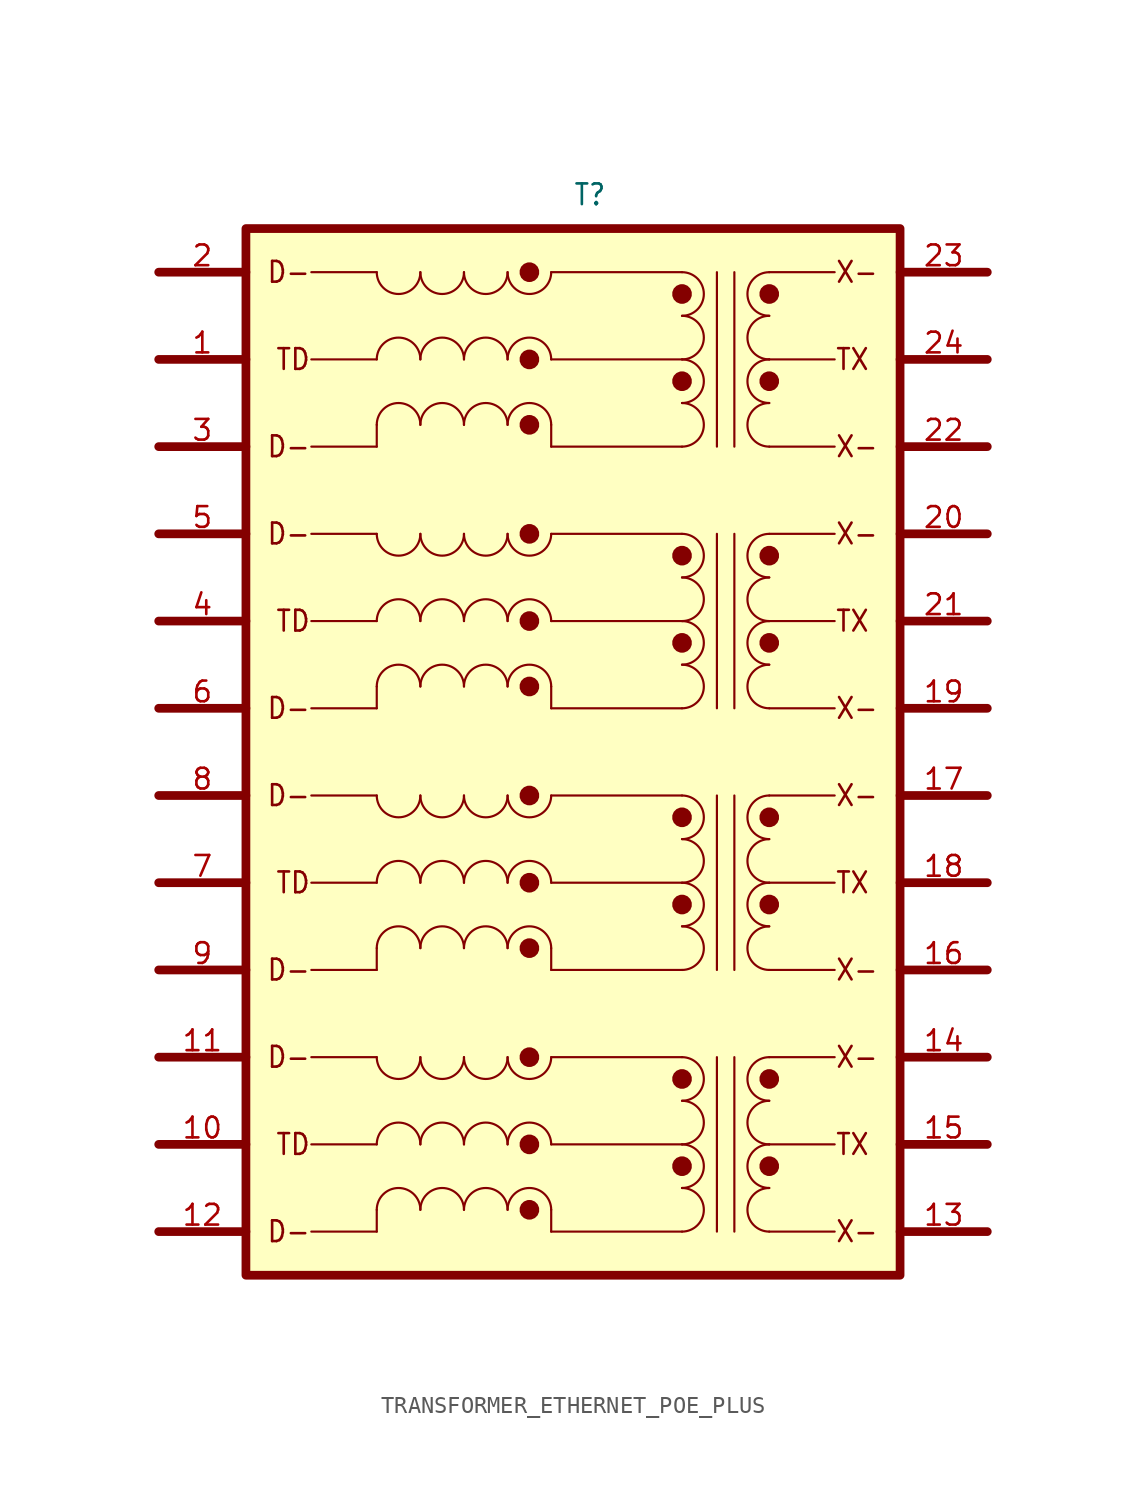
<source format=kicad_sym>
(kicad_symbol_lib
  (version 20231120)
  (generator "kicad_symbol_editor")
  (generator_version "8.0")
  (symbol "TRANSFORMER_ETHERNET_POE_PLUS"
    (property "Reference" "T"
      (at 24.13 59.69 0)
      (effects (font (size 1.206 1.092) (thickness 0.152)) (justify left bottom)))
    (symbol "TRANSFORMER_ETHERNET_POE_PLUS_1_0"
      (polyline (pts (xy 5.08 0) (xy 0 0)) (stroke (width 0.508) (type solid)) (fill (type none)))
      (polyline (pts (xy 5.08 5.08) (xy 0 5.08)) (stroke (width 0.508) (type solid)) (fill (type none)))
      (polyline (pts (xy 5.08 10.16) (xy 0 10.16)) (stroke (width 0.508) (type solid)) (fill (type none)))
      (polyline (pts (xy 5.08 15.24) (xy 0 15.24)) (stroke (width 0.508) (type solid)) (fill (type none)))
      (polyline (pts (xy 5.08 20.32) (xy 0 20.32)) (stroke (width 0.508) (type solid)) (fill (type none)))
      (polyline (pts (xy 5.08 25.4) (xy 0 25.4)) (stroke (width 0.508) (type solid)) (fill (type none)))
      (polyline (pts (xy 5.08 30.48) (xy 0 30.48)) (stroke (width 0.508) (type solid)) (fill (type none)))
      (polyline (pts (xy 5.08 35.56) (xy 0 35.56)) (stroke (width 0.508) (type solid)) (fill (type none)))
      (polyline (pts (xy 5.08 40.64) (xy 0 40.64)) (stroke (width 0.508) (type solid)) (fill (type none)))
      (polyline (pts (xy 5.08 45.72) (xy 0 45.72)) (stroke (width 0.508) (type solid)) (fill (type none)))
      (polyline (pts (xy 5.08 50.8) (xy 0 50.8)) (stroke (width 0.508) (type solid)) (fill (type none)))
      (polyline (pts (xy 5.08 55.88) (xy 0 55.88)) (stroke (width 0.508) (type solid)) (fill (type none)))
      (polyline (pts (xy 12.7 0) (xy 8.89 0)) (stroke (width 0.127) (type solid)) (fill (type none)))
      (polyline (pts (xy 12.7 1.27) (xy 12.7 0)) (stroke (width 0.127) (type solid)) (fill (type none)))
      (polyline (pts (xy 12.7 5.08) (xy 8.89 5.08)) (stroke (width 0.127) (type solid)) (fill (type none)))
      (polyline (pts (xy 12.7 10.16) (xy 8.89 10.16)) (stroke (width 0.127) (type solid)) (fill (type none)))
      (polyline (pts (xy 12.7 15.24) (xy 8.89 15.24)) (stroke (width 0.127) (type solid)) (fill (type none)))
      (polyline (pts (xy 12.7 16.51) (xy 12.7 15.24)) (stroke (width 0.127) (type solid)) (fill (type none)))
      (polyline (pts (xy 12.7 20.32) (xy 8.89 20.32)) (stroke (width 0.127) (type solid)) (fill (type none)))
      (polyline (pts (xy 12.7 25.4) (xy 8.89 25.4)) (stroke (width 0.127) (type solid)) (fill (type none)))
      (polyline (pts (xy 12.7 30.48) (xy 8.89 30.48)) (stroke (width 0.127) (type solid)) (fill (type none)))
      (polyline (pts (xy 12.7 31.75) (xy 12.7 30.48)) (stroke (width 0.127) (type solid)) (fill (type none)))
      (polyline (pts (xy 12.7 35.56) (xy 8.89 35.56)) (stroke (width 0.127) (type solid)) (fill (type none)))
      (polyline (pts (xy 12.7 40.64) (xy 8.89 40.64)) (stroke (width 0.127) (type solid)) (fill (type none)))
      (polyline (pts (xy 12.7 45.72) (xy 8.89 45.72)) (stroke (width 0.127) (type solid)) (fill (type none)))
      (polyline (pts (xy 12.7 46.99) (xy 12.7 45.72)) (stroke (width 0.127) (type solid)) (fill (type none)))
      (polyline (pts (xy 12.7 50.8) (xy 8.89 50.8)) (stroke (width 0.127) (type solid)) (fill (type none)))
      (polyline (pts (xy 12.7 55.88) (xy 8.89 55.88)) (stroke (width 0.127) (type solid)) (fill (type none)))
      (polyline (pts (xy 22.86 0) (xy 22.86 1.27)) (stroke (width 0.127) (type solid)) (fill (type none)))
      (polyline (pts (xy 22.86 15.24) (xy 22.86 16.51)) (stroke (width 0.127) (type solid)) (fill (type none)))
      (polyline (pts (xy 22.86 30.48) (xy 22.86 31.75)) (stroke (width 0.127) (type solid)) (fill (type none)))
      (polyline (pts (xy 22.86 45.72) (xy 22.86 46.99)) (stroke (width 0.127) (type solid)) (fill (type none)))
      (polyline (pts (xy 30.48 0) (xy 22.86 0)) (stroke (width 0.127) (type solid)) (fill (type none)))
      (polyline (pts (xy 30.48 5.08) (xy 22.86 5.08)) (stroke (width 0.127) (type solid)) (fill (type none)))
      (polyline (pts (xy 30.48 10.16) (xy 22.86 10.16)) (stroke (width 0.127) (type solid)) (fill (type none)))
      (polyline (pts (xy 30.48 15.24) (xy 22.86 15.24)) (stroke (width 0.127) (type solid)) (fill (type none)))
      (polyline (pts (xy 30.48 20.32) (xy 22.86 20.32)) (stroke (width 0.127) (type solid)) (fill (type none)))
      (polyline (pts (xy 30.48 25.4) (xy 22.86 25.4)) (stroke (width 0.127) (type solid)) (fill (type none)))
      (polyline (pts (xy 30.48 30.48) (xy 22.86 30.48)) (stroke (width 0.127) (type solid)) (fill (type none)))
      (polyline (pts (xy 30.48 35.56) (xy 22.86 35.56)) (stroke (width 0.127) (type solid)) (fill (type none)))
      (polyline (pts (xy 30.48 40.64) (xy 22.86 40.64)) (stroke (width 0.127) (type solid)) (fill (type none)))
      (polyline (pts (xy 30.48 45.72) (xy 22.86 45.72)) (stroke (width 0.127) (type solid)) (fill (type none)))
      (polyline (pts (xy 30.48 50.8) (xy 22.86 50.8)) (stroke (width 0.127) (type solid)) (fill (type none)))
      (polyline (pts (xy 30.48 55.88) (xy 22.86 55.88)) (stroke (width 0.127) (type solid)) (fill (type none)))
      (polyline (pts (xy 32.512 10.16) (xy 32.512 0)) (stroke (width 0.127) (type solid)) (fill (type none)))
      (polyline (pts (xy 32.512 25.4) (xy 32.512 15.24)) (stroke (width 0.127) (type solid)) (fill (type none)))
      (polyline (pts (xy 32.512 40.64) (xy 32.512 30.48)) (stroke (width 0.127) (type solid)) (fill (type none)))
      (polyline (pts (xy 32.512 55.88) (xy 32.512 45.72)) (stroke (width 0.127) (type solid)) (fill (type none)))
      (polyline (pts (xy 33.528 10.16) (xy 33.528 0)) (stroke (width 0.127) (type solid)) (fill (type none)))
      (polyline (pts (xy 33.528 25.4) (xy 33.528 15.24)) (stroke (width 0.127) (type solid)) (fill (type none)))
      (polyline (pts (xy 33.528 40.64) (xy 33.528 30.48)) (stroke (width 0.127) (type solid)) (fill (type none)))
      (polyline (pts (xy 33.528 55.88) (xy 33.528 45.72)) (stroke (width 0.127) (type solid)) (fill (type none)))
      (polyline (pts (xy 35.56 0) (xy 39.37 0)) (stroke (width 0.127) (type solid)) (fill (type none)))
      (polyline (pts (xy 35.56 5.08) (xy 39.37 5.08)) (stroke (width 0.127) (type solid)) (fill (type none)))
      (polyline (pts (xy 35.56 10.16) (xy 39.37 10.16)) (stroke (width 0.127) (type solid)) (fill (type none)))
      (polyline (pts (xy 35.56 15.24) (xy 39.37 15.24)) (stroke (width 0.127) (type solid)) (fill (type none)))
      (polyline (pts (xy 35.56 20.32) (xy 39.37 20.32)) (stroke (width 0.127) (type solid)) (fill (type none)))
      (polyline (pts (xy 35.56 25.4) (xy 39.37 25.4)) (stroke (width 0.127) (type solid)) (fill (type none)))
      (polyline (pts (xy 35.56 30.48) (xy 39.37 30.48)) (stroke (width 0.127) (type solid)) (fill (type none)))
      (polyline (pts (xy 35.56 35.56) (xy 39.37 35.56)) (stroke (width 0.127) (type solid)) (fill (type none)))
      (polyline (pts (xy 35.56 40.64) (xy 39.37 40.64)) (stroke (width 0.127) (type solid)) (fill (type none)))
      (polyline (pts (xy 35.56 45.72) (xy 39.37 45.72)) (stroke (width 0.127) (type solid)) (fill (type none)))
      (polyline (pts (xy 35.56 50.8) (xy 39.37 50.8)) (stroke (width 0.127) (type solid)) (fill (type none)))
      (polyline (pts (xy 35.56 55.88) (xy 39.37 55.88)) (stroke (width 0.127) (type solid)) (fill (type none)))
      (polyline (pts (xy 48.26 0) (xy 43.18 0)) (stroke (width 0.508) (type solid)) (fill (type none)))
      (polyline (pts (xy 48.26 5.08) (xy 43.18 5.08)) (stroke (width 0.508) (type solid)) (fill (type none)))
      (polyline (pts (xy 48.26 10.16) (xy 43.18 10.16)) (stroke (width 0.508) (type solid)) (fill (type none)))
      (polyline (pts (xy 48.26 15.24) (xy 43.18 15.24)) (stroke (width 0.508) (type solid)) (fill (type none)))
      (polyline (pts (xy 48.26 20.32) (xy 43.18 20.32)) (stroke (width 0.508) (type solid)) (fill (type none)))
      (polyline (pts (xy 48.26 25.4) (xy 43.18 25.4)) (stroke (width 0.508) (type solid)) (fill (type none)))
      (polyline (pts (xy 48.26 30.48) (xy 43.18 30.48)) (stroke (width 0.508) (type solid)) (fill (type none)))
      (polyline (pts (xy 48.26 35.56) (xy 43.18 35.56)) (stroke (width 0.508) (type solid)) (fill (type none)))
      (polyline (pts (xy 48.26 40.64) (xy 43.18 40.64)) (stroke (width 0.508) (type solid)) (fill (type none)))
      (polyline (pts (xy 48.26 45.72) (xy 43.18 45.72)) (stroke (width 0.508) (type solid)) (fill (type none)))
      (polyline (pts (xy 48.26 50.8) (xy 43.18 50.8)) (stroke (width 0.508) (type solid)) (fill (type none)))
      (polyline (pts (xy 48.26 55.88) (xy 43.18 55.88)) (stroke (width 0.508) (type solid)) (fill (type none)))
      (polyline (pts (xy 43.18 -2.54) (xy 5.08 -2.54) (xy 5.08 58.42) (xy 43.18 58.42) (xy 43.18 -2.54)) (stroke (width 0.508) (type solid)) (fill (type background)))
      (polyline (pts (xy 21.59 0.762) (xy 21.69 0.767) (xy 21.875 0.844) (xy 22.017 0.985) (xy 22.093 1.17) (xy 22.093 1.37) (xy 22.017 1.555) (xy 21.875 1.696) (xy 21.69 1.773) (xy 21.59 1.778) (xy 21.49 1.773) (xy 21.305 1.696) (xy 21.163 1.555) (xy 21.087 1.37) (xy 21.087 1.17) (xy 21.163 0.985) (xy 21.305 0.844) (xy 21.49 0.767) (xy 21.59 0.762)) (stroke (width 0.127) (type solid)) (fill (type outline)))
      (polyline (pts (xy 21.59 4.572) (xy 21.69 4.577) (xy 21.875 4.654) (xy 22.017 4.795) (xy 22.093 4.98) (xy 22.093 5.18) (xy 22.017 5.365) (xy 21.875 5.506) (xy 21.69 5.583) (xy 21.59 5.588) (xy 21.49 5.583) (xy 21.305 5.506) (xy 21.163 5.365) (xy 21.087 5.18) (xy 21.087 4.98) (xy 21.163 4.795) (xy 21.305 4.654) (xy 21.49 4.577) (xy 21.59 4.572)) (stroke (width 0.127) (type solid)) (fill (type outline)))
      (polyline (pts (xy 21.59 9.652) (xy 21.69 9.657) (xy 21.875 9.733) (xy 22.017 9.875) (xy 22.093 10.06) (xy 22.093 10.26) (xy 22.017 10.445) (xy 21.875 10.586) (xy 21.69 10.663) (xy 21.59 10.668) (xy 21.49 10.663) (xy 21.305 10.586) (xy 21.163 10.445) (xy 21.087 10.26) (xy 21.087 10.06) (xy 21.163 9.875) (xy 21.305 9.733) (xy 21.49 9.657) (xy 21.59 9.652)) (stroke (width 0.127) (type solid)) (fill (type outline)))
      (polyline (pts (xy 21.59 16.002) (xy 21.69 16.007) (xy 21.875 16.084) (xy 22.017 16.225) (xy 22.093 16.41) (xy 22.093 16.61) (xy 22.017 16.795) (xy 21.875 16.936) (xy 21.69 17.013) (xy 21.59 17.018) (xy 21.49 17.013) (xy 21.305 16.936) (xy 21.163 16.795) (xy 21.087 16.61) (xy 21.087 16.41) (xy 21.163 16.225) (xy 21.305 16.084) (xy 21.49 16.007) (xy 21.59 16.002)) (stroke (width 0.127) (type solid)) (fill (type outline)))
      (polyline (pts (xy 21.59 19.812) (xy 21.69 19.817) (xy 21.875 19.893) (xy 22.017 20.035) (xy 22.093 20.22) (xy 22.093 20.42) (xy 22.017 20.605) (xy 21.875 20.747) (xy 21.69 20.823) (xy 21.59 20.828) (xy 21.49 20.823) (xy 21.305 20.747) (xy 21.163 20.605) (xy 21.087 20.42) (xy 21.087 20.22) (xy 21.163 20.035) (xy 21.305 19.893) (xy 21.49 19.817) (xy 21.59 19.812)) (stroke (width 0.127) (type solid)) (fill (type outline)))
      (polyline (pts (xy 21.59 24.892) (xy 21.69 24.897) (xy 21.875 24.974) (xy 22.017 25.115) (xy 22.093 25.3) (xy 22.093 25.5) (xy 22.017 25.685) (xy 21.875 25.826) (xy 21.69 25.903) (xy 21.59 25.908) (xy 21.49 25.903) (xy 21.305 25.826) (xy 21.163 25.685) (xy 21.087 25.5) (xy 21.087 25.3) (xy 21.163 25.115) (xy 21.305 24.974) (xy 21.49 24.897) (xy 21.59 24.892)) (stroke (width 0.127) (type solid)) (fill (type outline)))
      (polyline (pts (xy 21.59 31.242) (xy 21.69 31.247) (xy 21.875 31.323) (xy 22.017 31.465) (xy 22.093 31.65) (xy 22.093 31.85) (xy 22.017 32.035) (xy 21.875 32.176) (xy 21.69 32.253) (xy 21.59 32.258) (xy 21.49 32.253) (xy 21.305 32.176) (xy 21.163 32.035) (xy 21.087 31.85) (xy 21.087 31.65) (xy 21.163 31.465) (xy 21.305 31.323) (xy 21.49 31.247) (xy 21.59 31.242)) (stroke (width 0.127) (type solid)) (fill (type outline)))
      (polyline (pts (xy 21.59 35.052) (xy 21.69 35.057) (xy 21.875 35.133) (xy 22.017 35.275) (xy 22.093 35.46) (xy 22.093 35.66) (xy 22.017 35.845) (xy 21.875 35.986) (xy 21.69 36.063) (xy 21.59 36.068) (xy 21.49 36.063) (xy 21.305 35.986) (xy 21.163 35.845) (xy 21.087 35.66) (xy 21.087 35.46) (xy 21.163 35.275) (xy 21.305 35.133) (xy 21.49 35.057) (xy 21.59 35.052)) (stroke (width 0.127) (type solid)) (fill (type outline)))
      (polyline (pts (xy 21.59 40.132) (xy 21.69 40.137) (xy 21.875 40.214) (xy 22.017 40.355) (xy 22.093 40.54) (xy 22.093 40.74) (xy 22.017 40.925) (xy 21.875 41.066) (xy 21.69 41.143) (xy 21.59 41.148) (xy 21.49 41.143) (xy 21.305 41.066) (xy 21.163 40.925) (xy 21.087 40.74) (xy 21.087 40.54) (xy 21.163 40.355) (xy 21.305 40.214) (xy 21.49 40.137) (xy 21.59 40.132)) (stroke (width 0.127) (type solid)) (fill (type outline)))
      (polyline (pts (xy 21.59 46.482) (xy 21.69 46.487) (xy 21.875 46.563) (xy 22.017 46.705) (xy 22.093 46.89) (xy 22.093 47.09) (xy 22.017 47.275) (xy 21.875 47.416) (xy 21.69 47.493) (xy 21.59 47.498) (xy 21.49 47.493) (xy 21.305 47.416) (xy 21.163 47.275) (xy 21.087 47.09) (xy 21.087 46.89) (xy 21.163 46.705) (xy 21.305 46.563) (xy 21.49 46.487) (xy 21.59 46.482)) (stroke (width 0.127) (type solid)) (fill (type outline)))
      (polyline (pts (xy 21.59 50.292) (xy 21.69 50.297) (xy 21.875 50.373) (xy 22.017 50.515) (xy 22.093 50.7) (xy 22.093 50.9) (xy 22.017 51.085) (xy 21.875 51.227) (xy 21.69 51.303) (xy 21.59 51.308) (xy 21.49 51.303) (xy 21.305 51.227) (xy 21.163 51.085) (xy 21.087 50.9) (xy 21.087 50.7) (xy 21.163 50.515) (xy 21.305 50.373) (xy 21.49 50.297) (xy 21.59 50.292)) (stroke (width 0.127) (type solid)) (fill (type outline)))
      (polyline (pts (xy 21.59 55.372) (xy 21.69 55.377) (xy 21.875 55.453) (xy 22.017 55.595) (xy 22.093 55.78) (xy 22.093 55.98) (xy 22.017 56.165) (xy 21.875 56.306) (xy 21.69 56.383) (xy 21.59 56.388) (xy 21.49 56.383) (xy 21.305 56.306) (xy 21.163 56.165) (xy 21.087 55.98) (xy 21.087 55.78) (xy 21.163 55.595) (xy 21.305 55.453) (xy 21.49 55.377) (xy 21.59 55.372)) (stroke (width 0.127) (type solid)) (fill (type outline)))
      (polyline (pts (xy 30.48 3.302) (xy 30.58 3.307) (xy 30.765 3.384) (xy 30.907 3.525) (xy 30.983 3.71) (xy 30.983 3.91) (xy 30.907 4.095) (xy 30.765 4.237) (xy 30.58 4.313) (xy 30.48 4.318) (xy 30.38 4.313) (xy 30.195 4.237) (xy 30.053 4.095) (xy 29.977 3.91) (xy 29.977 3.71) (xy 30.053 3.525) (xy 30.195 3.384) (xy 30.38 3.307) (xy 30.48 3.302)) (stroke (width 0.127) (type solid)) (fill (type outline)))
      (polyline (pts (xy 30.48 8.382) (xy 30.58 8.387) (xy 30.765 8.463) (xy 30.907 8.605) (xy 30.983 8.79) (xy 30.983 8.99) (xy 30.907 9.175) (xy 30.765 9.316) (xy 30.58 9.393) (xy 30.48 9.398) (xy 30.38 9.393) (xy 30.195 9.316) (xy 30.053 9.175) (xy 29.977 8.99) (xy 29.977 8.79) (xy 30.053 8.605) (xy 30.195 8.463) (xy 30.38 8.387) (xy 30.48 8.382)) (stroke (width 0.127) (type solid)) (fill (type outline)))
      (polyline (pts (xy 30.48 18.542) (xy 30.58 18.547) (xy 30.765 18.623) (xy 30.907 18.765) (xy 30.983 18.95) (xy 30.983 19.15) (xy 30.907 19.335) (xy 30.765 19.477) (xy 30.58 19.553) (xy 30.48 19.558) (xy 30.38 19.553) (xy 30.195 19.477) (xy 30.053 19.335) (xy 29.977 19.15) (xy 29.977 18.95) (xy 30.053 18.765) (xy 30.195 18.623) (xy 30.38 18.547) (xy 30.48 18.542)) (stroke (width 0.127) (type solid)) (fill (type outline)))
      (polyline (pts (xy 30.48 23.622) (xy 30.58 23.627) (xy 30.765 23.703) (xy 30.907 23.845) (xy 30.983 24.03) (xy 30.983 24.23) (xy 30.907 24.415) (xy 30.765 24.556) (xy 30.58 24.633) (xy 30.48 24.638) (xy 30.38 24.633) (xy 30.195 24.556) (xy 30.053 24.415) (xy 29.977 24.23) (xy 29.977 24.03) (xy 30.053 23.845) (xy 30.195 23.703) (xy 30.38 23.627) (xy 30.48 23.622)) (stroke (width 0.127) (type solid)) (fill (type outline)))
      (polyline (pts (xy 30.48 33.782) (xy 30.58 33.787) (xy 30.765 33.864) (xy 30.907 34.005) (xy 30.983 34.19) (xy 30.983 34.39) (xy 30.907 34.575) (xy 30.765 34.717) (xy 30.58 34.793) (xy 30.48 34.798) (xy 30.38 34.793) (xy 30.195 34.717) (xy 30.053 34.575) (xy 29.977 34.39) (xy 29.977 34.19) (xy 30.053 34.005) (xy 30.195 33.864) (xy 30.38 33.787) (xy 30.48 33.782)) (stroke (width 0.127) (type solid)) (fill (type outline)))
      (polyline (pts (xy 30.48 38.862) (xy 30.58 38.867) (xy 30.765 38.944) (xy 30.907 39.085) (xy 30.983 39.27) (xy 30.983 39.47) (xy 30.907 39.655) (xy 30.765 39.797) (xy 30.58 39.873) (xy 30.48 39.878) (xy 30.38 39.873) (xy 30.195 39.797) (xy 30.053 39.655) (xy 29.977 39.47) (xy 29.977 39.27) (xy 30.053 39.085) (xy 30.195 38.944) (xy 30.38 38.867) (xy 30.48 38.862)) (stroke (width 0.127) (type solid)) (fill (type outline)))
      (polyline (pts (xy 30.48 49.022) (xy 30.58 49.027) (xy 30.765 49.103) (xy 30.907 49.245) (xy 30.983 49.43) (xy 30.983 49.63) (xy 30.907 49.815) (xy 30.765 49.956) (xy 30.58 50.033) (xy 30.48 50.038) (xy 30.38 50.033) (xy 30.195 49.956) (xy 30.053 49.815) (xy 29.977 49.63) (xy 29.977 49.43) (xy 30.053 49.245) (xy 30.195 49.103) (xy 30.38 49.027) (xy 30.48 49.022)) (stroke (width 0.127) (type solid)) (fill (type outline)))
      (polyline (pts (xy 30.48 54.102) (xy 30.58 54.107) (xy 30.765 54.184) (xy 30.907 54.325) (xy 30.983 54.51) (xy 30.983 54.71) (xy 30.907 54.895) (xy 30.765 55.036) (xy 30.58 55.113) (xy 30.48 55.118) (xy 30.38 55.113) (xy 30.195 55.036) (xy 30.053 54.895) (xy 29.977 54.71) (xy 29.977 54.51) (xy 30.053 54.325) (xy 30.195 54.184) (xy 30.38 54.107) (xy 30.48 54.102)) (stroke (width 0.127) (type solid)) (fill (type outline)))
      (polyline (pts (xy 35.56 3.302) (xy 35.66 3.307) (xy 35.845 3.384) (xy 35.986 3.525) (xy 36.063 3.71) (xy 36.063 3.91) (xy 35.986 4.095) (xy 35.845 4.237) (xy 35.66 4.313) (xy 35.56 4.318) (xy 35.46 4.313) (xy 35.275 4.237) (xy 35.133 4.095) (xy 35.057 3.91) (xy 35.057 3.71) (xy 35.133 3.525) (xy 35.275 3.384) (xy 35.46 3.307) (xy 35.56 3.302)) (stroke (width 0.127) (type solid)) (fill (type outline)))
      (polyline (pts (xy 35.56 8.382) (xy 35.66 8.387) (xy 35.845 8.463) (xy 35.986 8.605) (xy 36.063 8.79) (xy 36.063 8.99) (xy 35.986 9.175) (xy 35.845 9.316) (xy 35.66 9.393) (xy 35.56 9.398) (xy 35.46 9.393) (xy 35.275 9.316) (xy 35.133 9.175) (xy 35.057 8.99) (xy 35.057 8.79) (xy 35.133 8.605) (xy 35.275 8.463) (xy 35.46 8.387) (xy 35.56 8.382)) (stroke (width 0.127) (type solid)) (fill (type outline)))
      (polyline (pts (xy 35.56 18.542) (xy 35.66 18.547) (xy 35.845 18.623) (xy 35.986 18.765) (xy 36.063 18.95) (xy 36.063 19.15) (xy 35.986 19.335) (xy 35.845 19.477) (xy 35.66 19.553) (xy 35.56 19.558) (xy 35.46 19.553) (xy 35.275 19.477) (xy 35.133 19.335) (xy 35.057 19.15) (xy 35.057 18.95) (xy 35.133 18.765) (xy 35.275 18.623) (xy 35.46 18.547) (xy 35.56 18.542)) (stroke (width 0.127) (type solid)) (fill (type outline)))
      (polyline (pts (xy 35.56 23.622) (xy 35.66 23.627) (xy 35.845 23.703) (xy 35.986 23.845) (xy 36.063 24.03) (xy 36.063 24.23) (xy 35.986 24.415) (xy 35.845 24.556) (xy 35.66 24.633) (xy 35.56 24.638) (xy 35.46 24.633) (xy 35.275 24.556) (xy 35.133 24.415) (xy 35.057 24.23) (xy 35.057 24.03) (xy 35.133 23.845) (xy 35.275 23.703) (xy 35.46 23.627) (xy 35.56 23.622)) (stroke (width 0.127) (type solid)) (fill (type outline)))
      (polyline (pts (xy 35.56 33.782) (xy 35.66 33.787) (xy 35.845 33.864) (xy 35.986 34.005) (xy 36.063 34.19) (xy 36.063 34.39) (xy 35.986 34.575) (xy 35.845 34.717) (xy 35.66 34.793) (xy 35.56 34.798) (xy 35.46 34.793) (xy 35.275 34.717) (xy 35.133 34.575) (xy 35.057 34.39) (xy 35.057 34.19) (xy 35.133 34.005) (xy 35.275 33.864) (xy 35.46 33.787) (xy 35.56 33.782)) (stroke (width 0.127) (type solid)) (fill (type outline)))
      (polyline (pts (xy 35.56 38.862) (xy 35.66 38.867) (xy 35.845 38.944) (xy 35.986 39.085) (xy 36.063 39.27) (xy 36.063 39.47) (xy 35.986 39.655) (xy 35.845 39.797) (xy 35.66 39.873) (xy 35.56 39.878) (xy 35.46 39.873) (xy 35.275 39.797) (xy 35.133 39.655) (xy 35.057 39.47) (xy 35.057 39.27) (xy 35.133 39.085) (xy 35.275 38.944) (xy 35.46 38.867) (xy 35.56 38.862)) (stroke (width 0.127) (type solid)) (fill (type outline)))
      (polyline (pts (xy 35.56 49.022) (xy 35.66 49.027) (xy 35.845 49.103) (xy 35.986 49.245) (xy 36.063 49.43) (xy 36.063 49.63) (xy 35.986 49.815) (xy 35.845 49.956) (xy 35.66 50.033) (xy 35.56 50.038) (xy 35.46 50.033) (xy 35.275 49.956) (xy 35.133 49.815) (xy 35.057 49.63) (xy 35.057 49.43) (xy 35.133 49.245) (xy 35.275 49.103) (xy 35.46 49.027) (xy 35.56 49.022)) (stroke (width 0.127) (type solid)) (fill (type outline)))
      (polyline (pts (xy 35.56 54.102) (xy 35.66 54.107) (xy 35.845 54.184) (xy 35.986 54.325) (xy 36.063 54.51) (xy 36.063 54.71) (xy 35.986 54.895) (xy 35.845 55.036) (xy 35.66 55.113) (xy 35.56 55.118) (xy 35.46 55.113) (xy 35.275 55.036) (xy 35.133 54.895) (xy 35.057 54.71) (xy 35.057 54.51) (xy 35.133 54.325) (xy 35.275 54.184) (xy 35.46 54.107) (xy 35.56 54.102)) (stroke (width 0.127) (type solid)) (fill (type outline)))
      (arc (start 12.7 10.16) (mid 13.97 8.8955) (end 15.24 10.16) (stroke (width 0.127) (type solid)) (fill (type none)))
      (arc (start 12.7 25.4) (mid 13.97 24.1355) (end 15.24 25.4) (stroke (width 0.127) (type solid)) (fill (type none)))
      (arc (start 12.7 40.64) (mid 13.97 39.3755) (end 15.24 40.64) (stroke (width 0.127) (type solid)) (fill (type none)))
      (arc (start 12.7 55.88) (mid 13.97 54.6155) (end 15.24 55.88) (stroke (width 0.127) (type solid)) (fill (type none)))
      (arc (start 15.24 1.27) (mid 13.97 2.5345) (end 12.7 1.27) (stroke (width 0.127) (type solid)) (fill (type none)))
      (arc (start 15.24 5.08) (mid 13.97 6.3445) (end 12.7 5.08) (stroke (width 0.127) (type solid)) (fill (type none)))
      (arc (start 15.24 10.16) (mid 16.51 8.8955) (end 17.78 10.16) (stroke (width 0.127) (type solid)) (fill (type none)))
      (arc (start 15.24 16.51) (mid 13.97 17.7745) (end 12.7 16.51) (stroke (width 0.127) (type solid)) (fill (type none)))
      (arc (start 15.24 20.32) (mid 13.97 21.5845) (end 12.7 20.32) (stroke (width 0.127) (type solid)) (fill (type none)))
      (arc (start 15.24 25.4) (mid 16.51 24.1355) (end 17.78 25.4) (stroke (width 0.127) (type solid)) (fill (type none)))
      (arc (start 15.24 31.75) (mid 13.97 33.0145) (end 12.7 31.75) (stroke (width 0.127) (type solid)) (fill (type none)))
      (arc (start 15.24 35.56) (mid 13.97 36.8245) (end 12.7 35.56) (stroke (width 0.127) (type solid)) (fill (type none)))
      (arc (start 15.24 40.64) (mid 16.51 39.3755) (end 17.78 40.64) (stroke (width 0.127) (type solid)) (fill (type none)))
      (arc (start 15.24 46.99) (mid 13.97 48.2545) (end 12.7 46.99) (stroke (width 0.127) (type solid)) (fill (type none)))
      (arc (start 15.24 50.8) (mid 13.97 52.0645) (end 12.7 50.8) (stroke (width 0.127) (type solid)) (fill (type none)))
      (arc (start 15.24 55.88) (mid 16.51 54.6155) (end 17.78 55.88) (stroke (width 0.127) (type solid)) (fill (type none)))
      (arc (start 17.78 1.27) (mid 16.51 2.5345) (end 15.24 1.27) (stroke (width 0.127) (type solid)) (fill (type none)))
      (arc (start 17.78 5.08) (mid 16.51 6.3445) (end 15.24 5.08) (stroke (width 0.127) (type solid)) (fill (type none)))
      (arc (start 17.78 10.16) (mid 19.05 8.8955) (end 20.32 10.16) (stroke (width 0.127) (type solid)) (fill (type none)))
      (arc (start 17.78 16.51) (mid 16.51 17.7745) (end 15.24 16.51) (stroke (width 0.127) (type solid)) (fill (type none)))
      (arc (start 17.78 20.32) (mid 16.51 21.5845) (end 15.24 20.32) (stroke (width 0.127) (type solid)) (fill (type none)))
      (arc (start 17.78 25.4) (mid 19.05 24.1355) (end 20.32 25.4) (stroke (width 0.127) (type solid)) (fill (type none)))
      (arc (start 17.78 31.75) (mid 16.51 33.0145) (end 15.24 31.75) (stroke (width 0.127) (type solid)) (fill (type none)))
      (arc (start 17.78 35.56) (mid 16.51 36.8245) (end 15.24 35.56) (stroke (width 0.127) (type solid)) (fill (type none)))
      (arc (start 17.78 40.64) (mid 19.05 39.3755) (end 20.32 40.64) (stroke (width 0.127) (type solid)) (fill (type none)))
      (arc (start 17.78 46.99) (mid 16.51 48.2545) (end 15.24 46.99) (stroke (width 0.127) (type solid)) (fill (type none)))
      (arc (start 17.78 50.8) (mid 16.51 52.0645) (end 15.24 50.8) (stroke (width 0.127) (type solid)) (fill (type none)))
      (arc (start 17.78 55.88) (mid 19.05 54.6155) (end 20.32 55.88) (stroke (width 0.127) (type solid)) (fill (type none)))
      (arc (start 20.32 1.27) (mid 19.05 2.5345) (end 17.78 1.27) (stroke (width 0.127) (type solid)) (fill (type none)))
      (arc (start 20.32 5.08) (mid 19.05 6.3445) (end 17.78 5.08) (stroke (width 0.127) (type solid)) (fill (type none)))
      (arc (start 20.32 10.16) (mid 21.59 8.8955) (end 22.86 10.16) (stroke (width 0.127) (type solid)) (fill (type none)))
      (arc (start 20.32 16.51) (mid 19.05 17.7745) (end 17.78 16.51) (stroke (width 0.127) (type solid)) (fill (type none)))
      (arc (start 20.32 20.32) (mid 19.05 21.5845) (end 17.78 20.32) (stroke (width 0.127) (type solid)) (fill (type none)))
      (arc (start 20.32 25.4) (mid 21.59 24.1355) (end 22.86 25.4) (stroke (width 0.127) (type solid)) (fill (type none)))
      (arc (start 20.32 31.75) (mid 19.05 33.0145) (end 17.78 31.75) (stroke (width 0.127) (type solid)) (fill (type none)))
      (arc (start 20.32 35.56) (mid 19.05 36.8245) (end 17.78 35.56) (stroke (width 0.127) (type solid)) (fill (type none)))
      (arc (start 20.32 40.64) (mid 21.59 39.3755) (end 22.86 40.64) (stroke (width 0.127) (type solid)) (fill (type none)))
      (arc (start 20.32 46.99) (mid 19.05 48.2545) (end 17.78 46.99) (stroke (width 0.127) (type solid)) (fill (type none)))
      (arc (start 20.32 50.8) (mid 19.05 52.0645) (end 17.78 50.8) (stroke (width 0.127) (type solid)) (fill (type none)))
      (arc (start 20.32 55.88) (mid 21.59 54.6155) (end 22.86 55.88) (stroke (width 0.127) (type solid)) (fill (type none)))
      (arc (start 22.86 1.27) (mid 21.59 2.5345) (end 20.32 1.27) (stroke (width 0.127) (type solid)) (fill (type none)))
      (arc (start 22.86 5.08) (mid 21.59 6.3445) (end 20.32 5.08) (stroke (width 0.127) (type solid)) (fill (type none)))
      (arc (start 22.86 16.51) (mid 21.59 17.7745) (end 20.32 16.51) (stroke (width 0.127) (type solid)) (fill (type none)))
      (arc (start 22.86 20.32) (mid 21.59 21.5845) (end 20.32 20.32) (stroke (width 0.127) (type solid)) (fill (type none)))
      (arc (start 22.86 31.75) (mid 21.59 33.0145) (end 20.32 31.75) (stroke (width 0.127) (type solid)) (fill (type none)))
      (arc (start 22.86 35.56) (mid 21.59 36.8245) (end 20.32 35.56) (stroke (width 0.127) (type solid)) (fill (type none)))
      (arc (start 22.86 46.99) (mid 21.59 48.2545) (end 20.32 46.99) (stroke (width 0.127) (type solid)) (fill (type none)))
      (arc (start 22.86 50.8) (mid 21.59 52.0645) (end 20.32 50.8) (stroke (width 0.127) (type solid)) (fill (type none)))
      (arc (start 30.48 0) (mid 31.7445 1.27) (end 30.48 2.54) (stroke (width 0.127) (type solid)) (fill (type none)))
      (arc (start 30.48 2.54) (mid 31.7445 3.81) (end 30.48 5.08) (stroke (width 0.127) (type solid)) (fill (type none)))
      (arc (start 30.48 5.08) (mid 31.7445 6.35) (end 30.48 7.62) (stroke (width 0.127) (type solid)) (fill (type none)))
      (arc (start 30.48 7.62) (mid 31.7445 8.89) (end 30.48 10.16) (stroke (width 0.127) (type solid)) (fill (type none)))
      (arc (start 30.48 15.24) (mid 31.7445 16.51) (end 30.48 17.78) (stroke (width 0.127) (type solid)) (fill (type none)))
      (arc (start 30.48 17.78) (mid 31.7445 19.05) (end 30.48 20.32) (stroke (width 0.127) (type solid)) (fill (type none)))
      (arc (start 30.48 20.32) (mid 31.7445 21.59) (end 30.48 22.86) (stroke (width 0.127) (type solid)) (fill (type none)))
      (arc (start 30.48 22.86) (mid 31.7445 24.13) (end 30.48 25.4) (stroke (width 0.127) (type solid)) (fill (type none)))
      (arc (start 30.48 30.48) (mid 31.7445 31.75) (end 30.48 33.02) (stroke (width 0.127) (type solid)) (fill (type none)))
      (arc (start 30.48 33.02) (mid 31.7445 34.29) (end 30.48 35.56) (stroke (width 0.127) (type solid)) (fill (type none)))
      (arc (start 30.48 35.56) (mid 31.7445 36.83) (end 30.48 38.1) (stroke (width 0.127) (type solid)) (fill (type none)))
      (arc (start 30.48 38.1) (mid 31.7445 39.37) (end 30.48 40.64) (stroke (width 0.127) (type solid)) (fill (type none)))
      (arc (start 30.48 45.72) (mid 31.7445 46.99) (end 30.48 48.26) (stroke (width 0.127) (type solid)) (fill (type none)))
      (arc (start 30.48 48.26) (mid 31.7445 49.53) (end 30.48 50.8) (stroke (width 0.127) (type solid)) (fill (type none)))
      (arc (start 30.48 50.8) (mid 31.7445 52.07) (end 30.48 53.34) (stroke (width 0.127) (type solid)) (fill (type none)))
      (arc (start 30.48 53.34) (mid 31.7445 54.61) (end 30.48 55.88) (stroke (width 0.127) (type solid)) (fill (type none)))
      (arc (start 35.56 2.54) (mid 34.2955 1.27) (end 35.56 0) (stroke (width 0.127) (type solid)) (fill (type none)))
      (arc (start 35.56 5.08) (mid 34.2955 3.81) (end 35.56 2.54) (stroke (width 0.127) (type solid)) (fill (type none)))
      (arc (start 35.56 7.62) (mid 34.2955 6.35) (end 35.56 5.08) (stroke (width 0.127) (type solid)) (fill (type none)))
      (arc (start 35.56 10.16) (mid 34.2955 8.89) (end 35.56 7.62) (stroke (width 0.127) (type solid)) (fill (type none)))
      (arc (start 35.56 17.78) (mid 34.2955 16.51) (end 35.56 15.24) (stroke (width 0.127) (type solid)) (fill (type none)))
      (arc (start 35.56 20.32) (mid 34.2955 19.05) (end 35.56 17.78) (stroke (width 0.127) (type solid)) (fill (type none)))
      (arc (start 35.56 22.86) (mid 34.2955 21.59) (end 35.56 20.32) (stroke (width 0.127) (type solid)) (fill (type none)))
      (arc (start 35.56 25.4) (mid 34.2955 24.13) (end 35.56 22.86) (stroke (width 0.127) (type solid)) (fill (type none)))
      (arc (start 35.56 33.02) (mid 34.2955 31.75) (end 35.56 30.48) (stroke (width 0.127) (type solid)) (fill (type none)))
      (arc (start 35.56 35.56) (mid 34.2955 34.29) (end 35.56 33.02) (stroke (width 0.127) (type solid)) (fill (type none)))
      (arc (start 35.56 38.1) (mid 34.2955 36.83) (end 35.56 35.56) (stroke (width 0.127) (type solid)) (fill (type none)))
      (arc (start 35.56 40.64) (mid 34.2955 39.37) (end 35.56 38.1) (stroke (width 0.127) (type solid)) (fill (type none)))
      (arc (start 35.56 48.26) (mid 34.2955 46.99) (end 35.56 45.72) (stroke (width 0.127) (type solid)) (fill (type none)))
      (arc (start 35.56 50.8) (mid 34.2955 49.53) (end 35.56 48.26) (stroke (width 0.127) (type solid)) (fill (type none)))
      (arc (start 35.56 53.34) (mid 34.2955 52.07) (end 35.56 50.8) (stroke (width 0.127) (type solid)) (fill (type none)))
      (arc (start 35.56 55.88) (mid 34.2955 54.61) (end 35.56 53.34) (stroke (width 0.127) (type solid)) (fill (type none)))
      (text "D-" (at 8.89 0 0) (effects (font (size 1.206 1.092) (thickness 0.152)) (justify right)))
      (text "D-" (at 8.89 10.16 0) (effects (font (size 1.206 1.092) (thickness 0.152)) (justify right)))
      (text "D-" (at 8.89 15.24 0) (effects (font (size 1.206 1.092) (thickness 0.152)) (justify right)))
      (text "D-" (at 8.89 25.4 0) (effects (font (size 1.206 1.092) (thickness 0.152)) (justify right)))
      (text "D-" (at 8.89 30.48 0) (effects (font (size 1.206 1.092) (thickness 0.152)) (justify right)))
      (text "D-" (at 8.89 40.64 0) (effects (font (size 1.206 1.092) (thickness 0.152)) (justify right)))
      (text "D-" (at 8.89 45.72 0) (effects (font (size 1.206 1.092) (thickness 0.152)) (justify right)))
      (text "D-" (at 8.89 55.88 0) (effects (font (size 1.206 1.092) (thickness 0.152)) (justify right)))
      (text "TD" (at 8.89 5.08 0) (effects (font (size 1.206 1.092) (thickness 0.152)) (justify right)))
      (text "TD" (at 8.89 20.32 0) (effects (font (size 1.206 1.092) (thickness 0.152)) (justify right)))
      (text "TD" (at 8.89 35.56 0) (effects (font (size 1.206 1.092) (thickness 0.152)) (justify right)))
      (text "TD" (at 8.89 50.8 0) (effects (font (size 1.206 1.092) (thickness 0.152)) (justify right)))
      (text "TX" (at 39.37 5.08 0) (effects (font (size 1.206 1.092) (thickness 0.152)) (justify left)))
      (text "TX" (at 39.37 20.32 0) (effects (font (size 1.206 1.092) (thickness 0.152)) (justify left)))
      (text "TX" (at 39.37 35.56 0) (effects (font (size 1.206 1.092) (thickness 0.152)) (justify left)))
      (text "TX" (at 39.37 50.8 0) (effects (font (size 1.206 1.092) (thickness 0.152)) (justify left)))
      (text "X-" (at 39.37 0 0) (effects (font (size 1.206 1.092) (thickness 0.152)) (justify left)))
      (text "X-" (at 39.37 10.16 0) (effects (font (size 1.206 1.092) (thickness 0.152)) (justify left)))
      (text "X-" (at 39.37 15.24 0) (effects (font (size 1.206 1.092) (thickness 0.152)) (justify left)))
      (text "X-" (at 39.37 25.4 0) (effects (font (size 1.206 1.092) (thickness 0.152)) (justify left)))
      (text "X-" (at 39.37 30.48 0) (effects (font (size 1.206 1.092) (thickness 0.152)) (justify left)))
      (text "X-" (at 39.37 40.64 0) (effects (font (size 1.206 1.092) (thickness 0.152)) (justify left)))
      (text "X-" (at 39.37 45.72 0) (effects (font (size 1.206 1.092) (thickness 0.152)) (justify left)))
      (text "X-" (at 39.37 55.88 0) (effects (font (size 1.206 1.092) (thickness 0.152)) (justify left)))
      (pin passive line (at 0 50.8 0) (length 5.08) (name "" (effects (font (size 1.206 1.206)))) (number "1" (effects (font (size 1.206 1.206)))))
      (pin passive line (at 0 5.08 0) (length 5.08) (name "" (effects (font (size 1.206 1.206)))) (number "10" (effects (font (size 1.206 1.206)))))
      (pin passive line (at 0 10.16 0) (length 5.08) (name "" (effects (font (size 1.206 1.206)))) (number "11" (effects (font (size 1.206 1.206)))))
      (pin passive line (at 0 0 0) (length 5.08) (name "" (effects (font (size 1.206 1.206)))) (number "12" (effects (font (size 1.206 1.206)))))
      (pin passive line (at 48.26 0 180) (length 5.08) (name "" (effects (font (size 1.206 1.206)))) (number "13" (effects (font (size 1.206 1.206)))))
      (pin passive line (at 48.26 10.16 180) (length 5.08) (name "" (effects (font (size 1.206 1.206)))) (number "14" (effects (font (size 1.206 1.206)))))
      (pin passive line (at 48.26 5.08 180) (length 5.08) (name "" (effects (font (size 1.206 1.206)))) (number "15" (effects (font (size 1.206 1.206)))))
      (pin passive line (at 48.26 15.24 180) (length 5.08) (name "" (effects (font (size 1.206 1.206)))) (number "16" (effects (font (size 1.206 1.206)))))
      (pin passive line (at 48.26 25.4 180) (length 5.08) (name "" (effects (font (size 1.206 1.206)))) (number "17" (effects (font (size 1.206 1.206)))))
      (pin passive line (at 48.26 20.32 180) (length 5.08) (name "" (effects (font (size 1.206 1.206)))) (number "18" (effects (font (size 1.206 1.206)))))
      (pin passive line (at 48.26 30.48 180) (length 5.08) (name "" (effects (font (size 1.206 1.206)))) (number "19" (effects (font (size 1.206 1.206)))))
      (pin passive line (at 0 55.88 0) (length 5.08) (name "" (effects (font (size 1.206 1.206)))) (number "2" (effects (font (size 1.206 1.206)))))
      (pin passive line (at 48.26 40.64 180) (length 5.08) (name "" (effects (font (size 1.206 1.206)))) (number "20" (effects (font (size 1.206 1.206)))))
      (pin passive line (at 48.26 35.56 180) (length 5.08) (name "" (effects (font (size 1.206 1.206)))) (number "21" (effects (font (size 1.206 1.206)))))
      (pin passive line (at 48.26 45.72 180) (length 5.08) (name "" (effects (font (size 1.206 1.206)))) (number "22" (effects (font (size 1.206 1.206)))))
      (pin passive line (at 48.26 55.88 180) (length 5.08) (name "" (effects (font (size 1.206 1.206)))) (number "23" (effects (font (size 1.206 1.206)))))
      (pin passive line (at 48.26 50.8 180) (length 5.08) (name "" (effects (font (size 1.206 1.206)))) (number "24" (effects (font (size 1.206 1.206)))))
      (pin passive line (at 0 45.72 0) (length 5.08) (name "" (effects (font (size 1.206 1.206)))) (number "3" (effects (font (size 1.206 1.206)))))
      (pin passive line (at 0 35.56 0) (length 5.08) (name "" (effects (font (size 1.206 1.206)))) (number "4" (effects (font (size 1.206 1.206)))))
      (pin passive line (at 0 40.64 0) (length 5.08) (name "" (effects (font (size 1.206 1.206)))) (number "5" (effects (font (size 1.206 1.206)))))
      (pin passive line (at 0 30.48 0) (length 5.08) (name "" (effects (font (size 1.206 1.206)))) (number "6" (effects (font (size 1.206 1.206)))))
      (pin passive line (at 0 20.32 0) (length 5.08) (name "" (effects (font (size 1.206 1.206)))) (number "7" (effects (font (size 1.206 1.206)))))
      (pin passive line (at 0 25.4 0) (length 5.08) (name "" (effects (font (size 1.206 1.206)))) (number "8" (effects (font (size 1.206 1.206)))))
      (pin passive line (at 0 15.24 0) (length 5.08) (name "" (effects (font (size 1.206 1.206)))) (number "9" (effects (font (size 1.206 1.206))))))))
</source>
